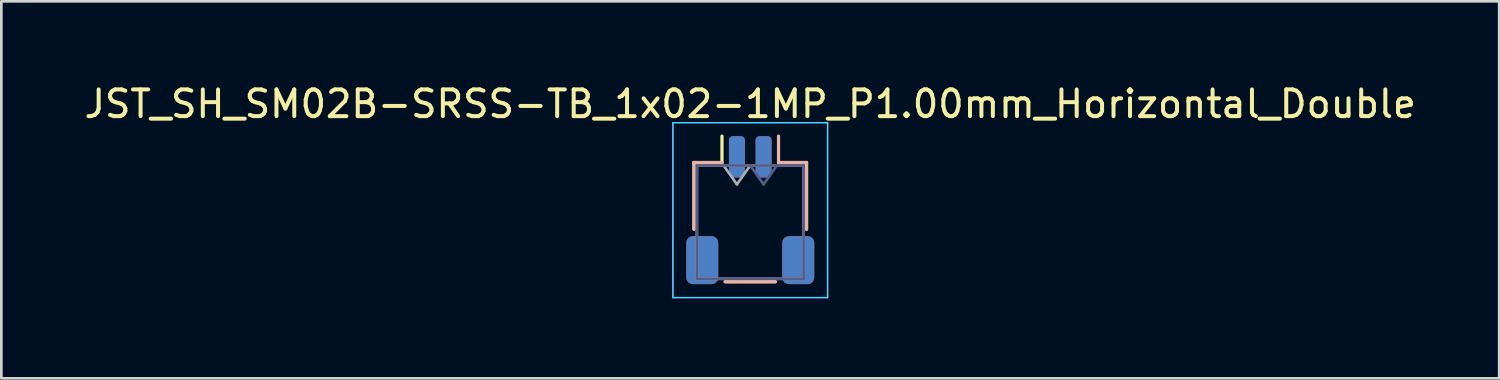
<source format=kicad_pcb>
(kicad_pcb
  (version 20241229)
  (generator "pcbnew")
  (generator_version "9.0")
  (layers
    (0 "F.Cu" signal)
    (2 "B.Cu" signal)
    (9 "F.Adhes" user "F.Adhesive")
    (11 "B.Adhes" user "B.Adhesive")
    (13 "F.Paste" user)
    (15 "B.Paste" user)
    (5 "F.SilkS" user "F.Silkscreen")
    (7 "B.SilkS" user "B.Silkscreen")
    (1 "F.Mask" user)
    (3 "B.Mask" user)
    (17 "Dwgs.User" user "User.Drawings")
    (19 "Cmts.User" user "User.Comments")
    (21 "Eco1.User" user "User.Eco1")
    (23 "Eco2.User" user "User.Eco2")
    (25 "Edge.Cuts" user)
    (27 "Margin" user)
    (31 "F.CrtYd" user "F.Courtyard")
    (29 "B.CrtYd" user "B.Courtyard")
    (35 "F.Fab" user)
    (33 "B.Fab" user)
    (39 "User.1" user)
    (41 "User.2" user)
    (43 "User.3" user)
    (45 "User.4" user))
  (footprint "JST_SH_SM02B-SRSS-TB_1x02-1MP_P1.00mm_Horizontal_Double"
    (layer "F.Cu")
    (at 25.077 4.828)
    (property "Reference" "JST_SH_SM02B-SRSS-TB_1x02-1MP_P1.00mm_Horizontal_Double" (at 0 -3.98 0) (layer "F.SilkS") (effects (font (size 1 1) (thickness 0.15))))
    (attr smd)
    (fp_line (start -2.11 -1.785) (end -1.06 -1.785) (stroke (width 0.12) (type solid)) (layer "F.SilkS"))
    (fp_line (start -2.11 0.715) (end -2.11 -1.785) (stroke (width 0.12) (type solid)) (layer "F.SilkS"))
    (fp_line (start -1.06 -1.785) (end -1.06 -2.775) (stroke (width 0.12) (type solid)) (layer "F.SilkS"))
    (fp_line (start -0.94 2.685) (end 0.94 2.685) (stroke (width 0.12) (type solid)) (layer "F.SilkS"))
    (fp_line (start 2.11 -1.785) (end 1.06 -1.785) (stroke (width 0.12) (type solid)) (layer "F.SilkS"))
    (fp_line (start 2.11 0.715) (end 2.11 -1.785) (stroke (width 0.12) (type solid)) (layer "F.SilkS"))
    (fp_line (start -2.11 -1.785) (end -1.06 -1.785) (stroke (width 0.12) (type solid)) (layer "B.SilkS"))
    (fp_line (start -2.11 0.715) (end -2.11 -1.785) (stroke (width 0.12) (type solid)) (layer "B.SilkS"))
    (fp_line (start 0.94 2.685) (end -0.94 2.685) (stroke (width 0.12) (type solid)) (layer "B.SilkS"))
    (fp_line (start 1.06 -1.785) (end 1.06 -2.775) (stroke (width 0.12) (type solid)) (layer "B.SilkS"))
    (fp_line (start 2.11 -1.785) (end 1.06 -1.785) (stroke (width 0.12) (type solid)) (layer "B.SilkS"))
    (fp_line (start 2.11 0.715) (end 2.11 -1.785) (stroke (width 0.12) (type solid)) (layer "B.SilkS"))
    (fp_line (start -2.9 -3.28) (end 2.9 -3.28) (stroke (width 0.05) (type solid)) (layer "B.CrtYd"))
    (fp_line (start -2.9 3.28) (end -2.9 -3.28) (stroke (width 0.05) (type solid)) (layer "B.CrtYd"))
    (fp_line (start 2.9 -3.28) (end 2.9 3.28) (stroke (width 0.05) (type solid)) (layer "B.CrtYd"))
    (fp_line (start 2.9 3.28) (end -2.9 3.28) (stroke (width 0.05) (type solid)) (layer "B.CrtYd"))
    (fp_line (start -2.9 -3.28) (end -2.9 3.28) (stroke (width 0.05) (type solid)) (layer "F.CrtYd"))
    (fp_line (start -2.9 3.28) (end 2.9 3.28) (stroke (width 0.05) (type solid)) (layer "F.CrtYd"))
    (fp_line (start 2.9 -3.28) (end -2.9 -3.28) (stroke (width 0.05) (type solid)) (layer "F.CrtYd"))
    (fp_line (start 2.9 3.28) (end 2.9 -3.28) (stroke (width 0.05) (type solid)) (layer "F.CrtYd"))
    (fp_line (start -2 -1.675) (end -2 2.575) (stroke (width 0.1) (type solid)) (layer "B.Fab"))
    (fp_line (start 0.5 -0.968) (end 0 -1.675) (stroke (width 0.1) (type solid)) (layer "B.Fab"))
    (fp_line (start 1 -1.675) (end 0.5 -0.968) (stroke (width 0.1) (type solid)) (layer "B.Fab"))
    (fp_line (start 2 -1.675) (end -2 -1.675) (stroke (width 0.1) (type solid)) (layer "B.Fab"))
    (fp_line (start 2 -1.675) (end 2 2.575) (stroke (width 0.1) (type solid)) (layer "B.Fab"))
    (fp_line (start 2 2.575) (end -2 2.575) (stroke (width 0.1) (type solid)) (layer "B.Fab"))
    (fp_line (start -2 -1.675) (end -2 2.575) (stroke (width 0.1) (type solid)) (layer "F.Fab"))
    (fp_line (start -2 -1.675) (end 2 -1.675) (stroke (width 0.1) (type solid)) (layer "F.Fab"))
    (fp_line (start -2 2.575) (end 2 2.575) (stroke (width 0.1) (type solid)) (layer "F.Fab"))
    (fp_line (start -1 -1.675) (end -0.5 -0.968) (stroke (width 0.1) (type solid)) (layer "F.Fab"))
    (fp_line (start -0.5 -0.968) (end 0 -1.675) (stroke (width 0.1) (type solid)) (layer "F.Fab"))
    (fp_line (start 2 -1.675) (end 2 2.575) (stroke (width 0.1) (type solid)) (layer "F.Fab"))
    (pad "1" smd roundrect (at -0.5 -2) (size 0.6 1.55) (layers "F.Cu" "F.Mask" "F.Paste") (roundrect_rratio 0.25))
    (pad "1" smd roundrect (at 0.5 -2) (size 0.6 1.55) (layers "B.Cu" "B.Mask" "B.Paste") (roundrect_rratio 0.25))
    (pad "2" smd roundrect (at -0.5 -2) (size 0.6 1.55) (layers "B.Cu" "B.Mask" "B.Paste") (roundrect_rratio 0.25))
    (pad "2" smd roundrect (at 0.5 -2) (size 0.6 1.55) (layers "F.Cu" "F.Mask" "F.Paste") (roundrect_rratio 0.25))
    (pad "MP" smd roundrect (at -1.8 1.875) (size 1.2 1.8) (layers "F.Cu" "F.Mask" "F.Paste") (roundrect_rratio 0.208))
    (pad "MP" smd roundrect (at -1.8 1.875) (size 1.2 1.8) (layers "B.Cu" "B.Mask" "B.Paste") (roundrect_rratio 0.208))
    (pad "MP" smd roundrect (at 1.8 1.875) (size 1.2 1.8) (layers "F.Cu" "F.Mask" "F.Paste") (roundrect_rratio 0.208))
    (pad "MP" smd roundrect (at 1.8 1.875) (size 1.2 1.8) (layers "B.Cu" "B.Mask" "B.Paste") (roundrect_rratio 0.208)))
  (gr_rect
    (start -3 -3)
    (end 53.155 11.133)
    (stroke (width 0.1) (type default))
    (fill no)
    (layer "Edge.Cuts")))
</source>
